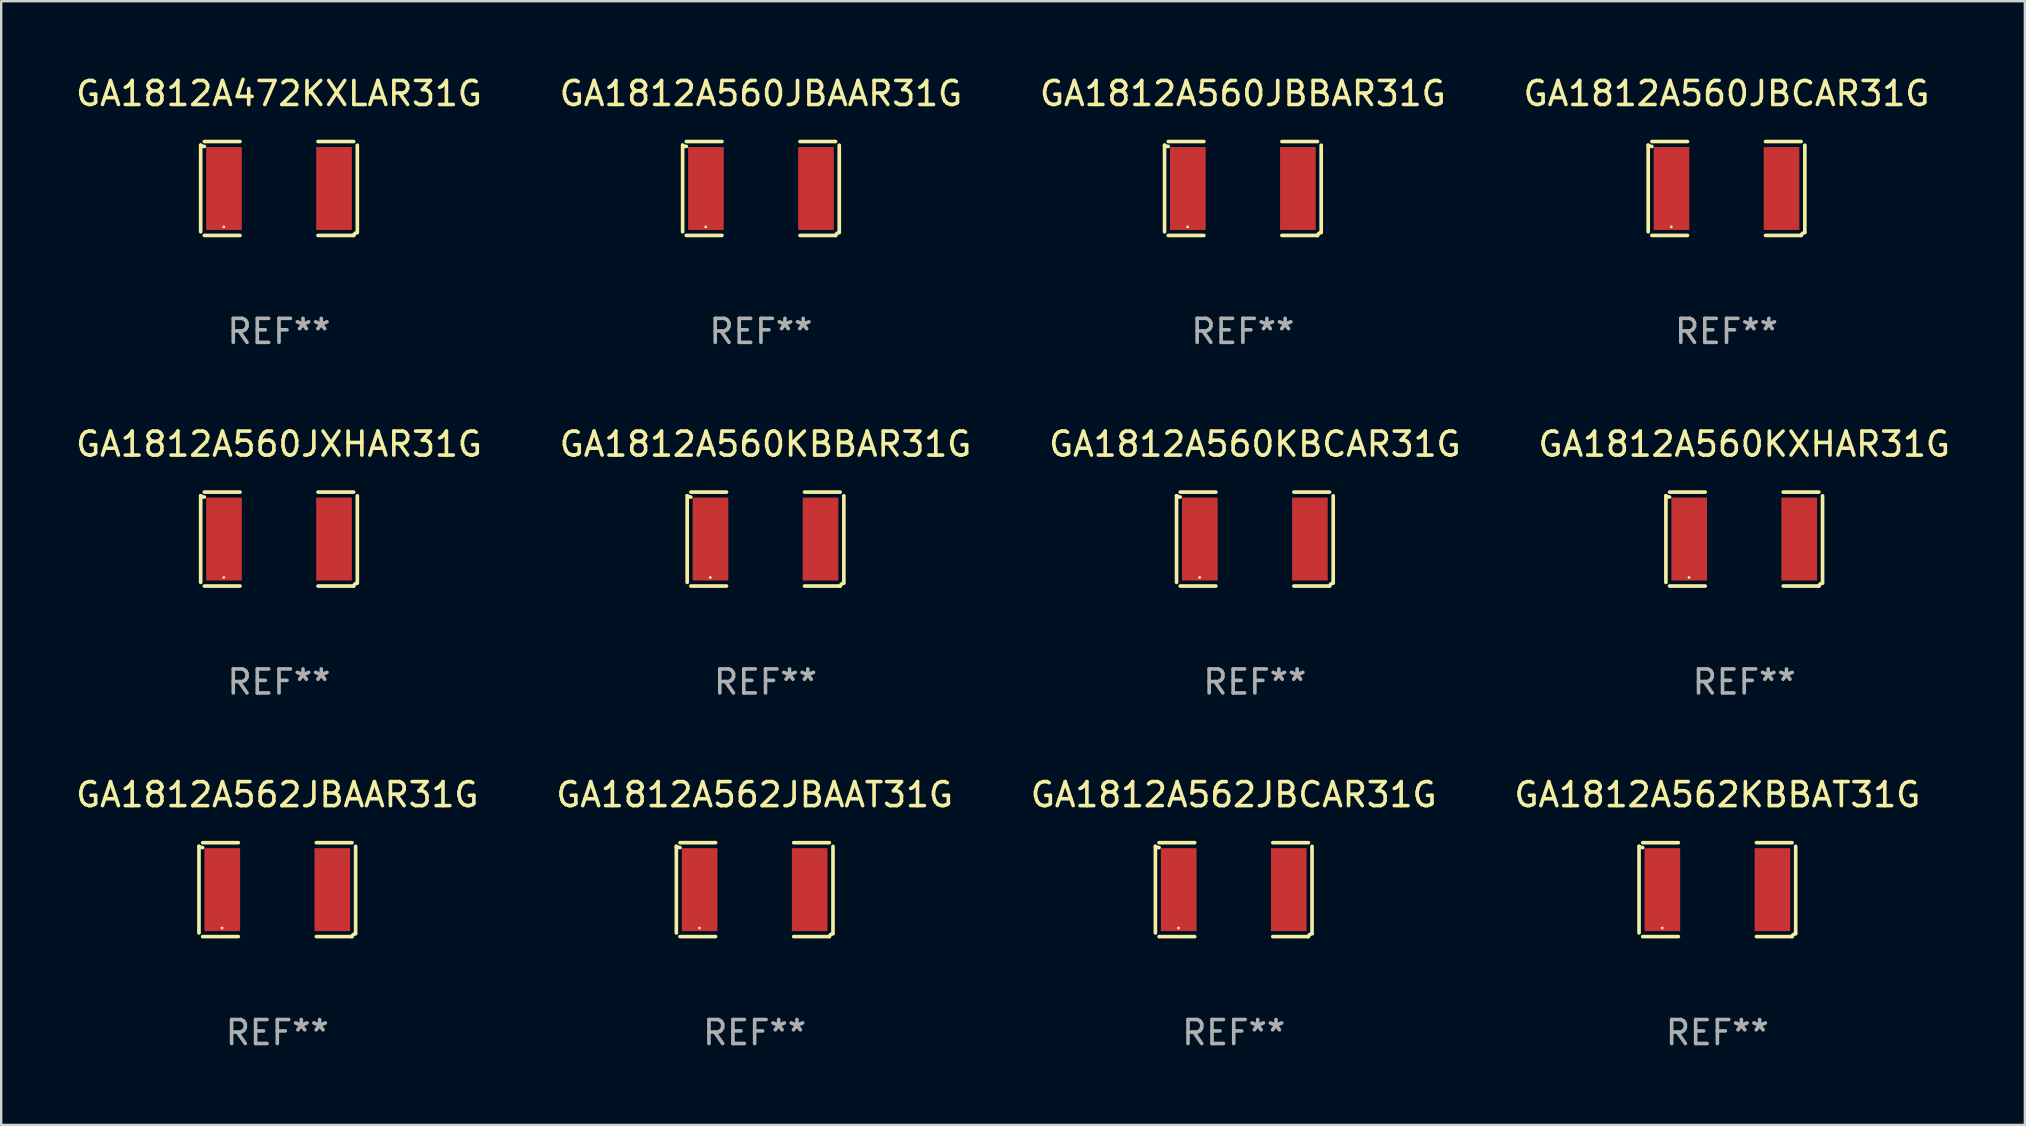
<source format=kicad_pcb>
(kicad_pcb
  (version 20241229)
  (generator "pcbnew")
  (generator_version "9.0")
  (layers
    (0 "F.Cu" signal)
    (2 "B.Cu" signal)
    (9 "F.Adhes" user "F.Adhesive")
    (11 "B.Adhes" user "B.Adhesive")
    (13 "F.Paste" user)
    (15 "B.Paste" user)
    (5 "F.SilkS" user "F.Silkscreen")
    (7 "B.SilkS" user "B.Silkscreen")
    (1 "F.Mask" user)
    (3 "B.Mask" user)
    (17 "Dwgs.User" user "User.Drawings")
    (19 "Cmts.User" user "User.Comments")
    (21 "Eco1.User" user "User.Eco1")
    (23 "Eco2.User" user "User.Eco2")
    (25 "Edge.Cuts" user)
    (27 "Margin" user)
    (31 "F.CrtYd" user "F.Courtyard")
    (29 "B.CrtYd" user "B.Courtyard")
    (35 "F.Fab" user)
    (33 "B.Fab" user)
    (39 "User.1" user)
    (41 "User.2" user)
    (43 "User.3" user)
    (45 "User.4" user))
  (footprint "GA1812A560JBCAR31G"
    (layer "F.Cu")
    (at 68.899 4.805)
    (property "Reference" "GA1812A560JBCAR31G" (at 0 -3.957 0) (layer "F.SilkS") (effects (font (size 1 1) (thickness 0.15))))
    (attr through_hole)
    (fp_line (start -3.264 1.804) (end -3.264 -1.804) (stroke (width 0.152) (type solid)) (layer "F.SilkS"))
    (fp_line (start -3.111 -1.957) (end -1.626 -1.957) (stroke (width 0.152) (type solid)) (layer "F.SilkS"))
    (fp_line (start -1.626 1.957) (end -3.111 1.957) (stroke (width 0.152) (type solid)) (layer "F.SilkS"))
    (fp_line (start 1.626 1.957) (end 3.111 1.957) (stroke (width 0.152) (type solid)) (layer "F.SilkS"))
    (fp_line (start 3.111 -1.957) (end 1.626 -1.957) (stroke (width 0.152) (type solid)) (layer "F.SilkS"))
    (fp_line (start 3.264 1.804) (end 3.264 -1.804) (stroke (width 0.152) (type solid)) (layer "F.SilkS"))
    (fp_arc (start -3.111202 -1.752192) (mid -3.191715 -1.76555) (end -3.263602 -1.804191) (stroke (width 0.1524) (type solid)) (layer "F.SilkS"))
    (fp_arc (start 3.111201 1.956591) (mid 3.167789 1.872777) (end 3.263602 1.840424) (stroke (width 0.1524) (type solid)) (layer "F.SilkS"))
    (fp_circle (center -2.3 1.6) (end -2.27 1.6) (stroke (width 0.06) (type solid)) (fill no) (layer "F.SilkS"))
    (fp_text user "REF**" (at 0 5.957 0) (layer "F.Fab") (effects (font (size 1 1) (thickness 0.15))))
    (pad "1" smd rect (at -2.293 0) (size 1.485 3.456) (layers "F.Cu" "F.Mask" "F.Paste"))
    (pad "2" smd rect (at 2.293 0) (size 1.485 3.456) (layers "F.Cu" "F.Mask" "F.Paste")))
  (footprint "GA1812A560JXHAR31G"
    (layer "F.Cu")
    (at 8.577 19.415)
    (property "Reference" "GA1812A560JXHAR31G" (at 0 -3.957 0) (layer "F.SilkS") (effects (font (size 1 1) (thickness 0.15))))
    (attr through_hole)
    (fp_line (start -3.264 1.804) (end -3.264 -1.804) (stroke (width 0.152) (type solid)) (layer "F.SilkS"))
    (fp_line (start -3.111 -1.957) (end -1.626 -1.957) (stroke (width 0.152) (type solid)) (layer "F.SilkS"))
    (fp_line (start -1.626 1.957) (end -3.111 1.957) (stroke (width 0.152) (type solid)) (layer "F.SilkS"))
    (fp_line (start 1.626 1.957) (end 3.111 1.957) (stroke (width 0.152) (type solid)) (layer "F.SilkS"))
    (fp_line (start 3.111 -1.957) (end 1.626 -1.957) (stroke (width 0.152) (type solid)) (layer "F.SilkS"))
    (fp_line (start 3.264 1.804) (end 3.264 -1.804) (stroke (width 0.152) (type solid)) (layer "F.SilkS"))
    (fp_arc (start -3.111202 -1.752192) (mid -3.191715 -1.76555) (end -3.263602 -1.804191) (stroke (width 0.1524) (type solid)) (layer "F.SilkS"))
    (fp_arc (start 3.111201 1.956591) (mid 3.167789 1.872777) (end 3.263602 1.840424) (stroke (width 0.1524) (type solid)) (layer "F.SilkS"))
    (fp_circle (center -2.3 1.6) (end -2.27 1.6) (stroke (width 0.06) (type solid)) (fill no) (layer "F.SilkS"))
    (fp_text user "REF**" (at 0 5.957 0) (layer "F.Fab") (effects (font (size 1 1) (thickness 0.15))))
    (pad "1" smd rect (at -2.293 0) (size 1.485 3.456) (layers "F.Cu" "F.Mask" "F.Paste"))
    (pad "2" smd rect (at 2.293 0) (size 1.485 3.456) (layers "F.Cu" "F.Mask" "F.Paste")))
  (footprint "GA1812A560KXHAR31G"
    (layer "F.Cu")
    (at 69.637 19.415)
    (property "Reference" "GA1812A560KXHAR31G" (at 0 -3.957 0) (layer "F.SilkS") (effects (font (size 1 1) (thickness 0.15))))
    (attr through_hole)
    (fp_line (start -3.264 1.804) (end -3.264 -1.804) (stroke (width 0.152) (type solid)) (layer "F.SilkS"))
    (fp_line (start -3.111 -1.957) (end -1.626 -1.957) (stroke (width 0.152) (type solid)) (layer "F.SilkS"))
    (fp_line (start -1.626 1.957) (end -3.111 1.957) (stroke (width 0.152) (type solid)) (layer "F.SilkS"))
    (fp_line (start 1.626 1.957) (end 3.111 1.957) (stroke (width 0.152) (type solid)) (layer "F.SilkS"))
    (fp_line (start 3.111 -1.957) (end 1.626 -1.957) (stroke (width 0.152) (type solid)) (layer "F.SilkS"))
    (fp_line (start 3.264 1.804) (end 3.264 -1.804) (stroke (width 0.152) (type solid)) (layer "F.SilkS"))
    (fp_arc (start -3.111202 -1.752192) (mid -3.191715 -1.76555) (end -3.263602 -1.804191) (stroke (width 0.1524) (type solid)) (layer "F.SilkS"))
    (fp_arc (start 3.111201 1.956591) (mid 3.167789 1.872777) (end 3.263602 1.840424) (stroke (width 0.1524) (type solid)) (layer "F.SilkS"))
    (fp_circle (center -2.3 1.6) (end -2.27 1.6) (stroke (width 0.06) (type solid)) (fill no) (layer "F.SilkS"))
    (fp_text user "REF**" (at 0 5.957 0) (layer "F.Fab") (effects (font (size 1 1) (thickness 0.15))))
    (pad "1" smd rect (at -2.293 0) (size 1.485 3.456) (layers "F.Cu" "F.Mask" "F.Paste"))
    (pad "2" smd rect (at 2.293 0) (size 1.485 3.456) (layers "F.Cu" "F.Mask" "F.Paste")))
  (footprint "GA1812A560JBAAR31G"
    (layer "F.Cu")
    (at 28.661 4.805)
    (property "Reference" "GA1812A560JBAAR31G" (at 0 -3.957 0) (layer "F.SilkS") (effects (font (size 1 1) (thickness 0.15))))
    (attr through_hole)
    (fp_line (start -3.264 1.804) (end -3.264 -1.804) (stroke (width 0.152) (type solid)) (layer "F.SilkS"))
    (fp_line (start -3.111 -1.957) (end -1.626 -1.957) (stroke (width 0.152) (type solid)) (layer "F.SilkS"))
    (fp_line (start -1.626 1.957) (end -3.111 1.957) (stroke (width 0.152) (type solid)) (layer "F.SilkS"))
    (fp_line (start 1.626 1.957) (end 3.111 1.957) (stroke (width 0.152) (type solid)) (layer "F.SilkS"))
    (fp_line (start 3.111 -1.957) (end 1.626 -1.957) (stroke (width 0.152) (type solid)) (layer "F.SilkS"))
    (fp_line (start 3.264 1.804) (end 3.264 -1.804) (stroke (width 0.152) (type solid)) (layer "F.SilkS"))
    (fp_arc (start -3.111202 -1.752192) (mid -3.191715 -1.76555) (end -3.263602 -1.804191) (stroke (width 0.1524) (type solid)) (layer "F.SilkS"))
    (fp_arc (start 3.111201 1.956591) (mid 3.167789 1.872777) (end 3.263602 1.840424) (stroke (width 0.1524) (type solid)) (layer "F.SilkS"))
    (fp_circle (center -2.3 1.6) (end -2.27 1.6) (stroke (width 0.06) (type solid)) (fill no) (layer "F.SilkS"))
    (fp_text user "REF**" (at 0 5.957 0) (layer "F.Fab") (effects (font (size 1 1) (thickness 0.15))))
    (pad "1" smd rect (at -2.293 0) (size 1.485 3.456) (layers "F.Cu" "F.Mask" "F.Paste"))
    (pad "2" smd rect (at 2.293 0) (size 1.485 3.456) (layers "F.Cu" "F.Mask" "F.Paste")))
  (footprint "GA1812A562JBAAR31G"
    (layer "F.Cu")
    (at 8.506 34.024)
    (property "Reference" "GA1812A562JBAAR31G" (at 0 -3.957 0) (layer "F.SilkS") (effects (font (size 1 1) (thickness 0.15))))
    (attr through_hole)
    (fp_line (start -3.264 1.804) (end -3.264 -1.804) (stroke (width 0.152) (type solid)) (layer "F.SilkS"))
    (fp_line (start -3.111 -1.957) (end -1.626 -1.957) (stroke (width 0.152) (type solid)) (layer "F.SilkS"))
    (fp_line (start -1.626 1.957) (end -3.111 1.957) (stroke (width 0.152) (type solid)) (layer "F.SilkS"))
    (fp_line (start 1.626 1.957) (end 3.111 1.957) (stroke (width 0.152) (type solid)) (layer "F.SilkS"))
    (fp_line (start 3.111 -1.957) (end 1.626 -1.957) (stroke (width 0.152) (type solid)) (layer "F.SilkS"))
    (fp_line (start 3.264 1.804) (end 3.264 -1.804) (stroke (width 0.152) (type solid)) (layer "F.SilkS"))
    (fp_arc (start -3.111202 -1.752192) (mid -3.191715 -1.76555) (end -3.263602 -1.804191) (stroke (width 0.1524) (type solid)) (layer "F.SilkS"))
    (fp_arc (start 3.111201 1.956591) (mid 3.167789 1.872777) (end 3.263602 1.840424) (stroke (width 0.1524) (type solid)) (layer "F.SilkS"))
    (fp_circle (center -2.3 1.6) (end -2.27 1.6) (stroke (width 0.06) (type solid)) (fill no) (layer "F.SilkS"))
    (fp_text user "REF**" (at 0 5.957 0) (layer "F.Fab") (effects (font (size 1 1) (thickness 0.15))))
    (pad "1" smd rect (at -2.293 0) (size 1.485 3.456) (layers "F.Cu" "F.Mask" "F.Paste"))
    (pad "2" smd rect (at 2.293 0) (size 1.485 3.456) (layers "F.Cu" "F.Mask" "F.Paste")))
  (footprint "GA1812A560JBBAR31G"
    (layer "F.Cu")
    (at 48.744 4.805)
    (property "Reference" "GA1812A560JBBAR31G" (at 0 -3.957 0) (layer "F.SilkS") (effects (font (size 1 1) (thickness 0.15))))
    (attr through_hole)
    (fp_line (start -3.264 1.804) (end -3.264 -1.804) (stroke (width 0.152) (type solid)) (layer "F.SilkS"))
    (fp_line (start -3.111 -1.957) (end -1.626 -1.957) (stroke (width 0.152) (type solid)) (layer "F.SilkS"))
    (fp_line (start -1.626 1.957) (end -3.111 1.957) (stroke (width 0.152) (type solid)) (layer "F.SilkS"))
    (fp_line (start 1.626 1.957) (end 3.111 1.957) (stroke (width 0.152) (type solid)) (layer "F.SilkS"))
    (fp_line (start 3.111 -1.957) (end 1.626 -1.957) (stroke (width 0.152) (type solid)) (layer "F.SilkS"))
    (fp_line (start 3.264 1.804) (end 3.264 -1.804) (stroke (width 0.152) (type solid)) (layer "F.SilkS"))
    (fp_arc (start -3.111202 -1.752192) (mid -3.191715 -1.76555) (end -3.263602 -1.804191) (stroke (width 0.1524) (type solid)) (layer "F.SilkS"))
    (fp_arc (start 3.111201 1.956591) (mid 3.167789 1.872777) (end 3.263602 1.840424) (stroke (width 0.1524) (type solid)) (layer "F.SilkS"))
    (fp_circle (center -2.3 1.6) (end -2.27 1.6) (stroke (width 0.06) (type solid)) (fill no) (layer "F.SilkS"))
    (fp_text user "REF**" (at 0 5.957 0) (layer "F.Fab") (effects (font (size 1 1) (thickness 0.15))))
    (pad "1" smd rect (at -2.293 0) (size 1.485 3.456) (layers "F.Cu" "F.Mask" "F.Paste"))
    (pad "2" smd rect (at 2.293 0) (size 1.485 3.456) (layers "F.Cu" "F.Mask" "F.Paste")))
  (footprint "GA1812A562KBBAT31G"
    (layer "F.Cu")
    (at 68.518 34.024)
    (property "Reference" "GA1812A562KBBAT31G" (at 0 -3.957 0) (layer "F.SilkS") (effects (font (size 1 1) (thickness 0.15))))
    (attr through_hole)
    (fp_line (start -3.264 1.804) (end -3.264 -1.804) (stroke (width 0.152) (type solid)) (layer "F.SilkS"))
    (fp_line (start -3.111 -1.957) (end -1.626 -1.957) (stroke (width 0.152) (type solid)) (layer "F.SilkS"))
    (fp_line (start -1.626 1.957) (end -3.111 1.957) (stroke (width 0.152) (type solid)) (layer "F.SilkS"))
    (fp_line (start 1.626 1.957) (end 3.111 1.957) (stroke (width 0.152) (type solid)) (layer "F.SilkS"))
    (fp_line (start 3.111 -1.957) (end 1.626 -1.957) (stroke (width 0.152) (type solid)) (layer "F.SilkS"))
    (fp_line (start 3.264 1.804) (end 3.264 -1.804) (stroke (width 0.152) (type solid)) (layer "F.SilkS"))
    (fp_arc (start -3.111202 -1.752192) (mid -3.191715 -1.76555) (end -3.263602 -1.804191) (stroke (width 0.1524) (type solid)) (layer "F.SilkS"))
    (fp_arc (start 3.111201 1.956591) (mid 3.167789 1.872777) (end 3.263602 1.840424) (stroke (width 0.1524) (type solid)) (layer "F.SilkS"))
    (fp_circle (center -2.3 1.6) (end -2.27 1.6) (stroke (width 0.06) (type solid)) (fill no) (layer "F.SilkS"))
    (fp_text user "REF**" (at 0 5.957 0) (layer "F.Fab") (effects (font (size 1 1) (thickness 0.15))))
    (pad "1" smd rect (at -2.293 0) (size 1.485 3.456) (layers "F.Cu" "F.Mask" "F.Paste"))
    (pad "2" smd rect (at 2.293 0) (size 1.485 3.456) (layers "F.Cu" "F.Mask" "F.Paste")))
  (footprint "GA1812A560KBCAR31G"
    (layer "F.Cu")
    (at 49.244 19.415)
    (property "Reference" "GA1812A560KBCAR31G" (at 0 -3.957 0) (layer "F.SilkS") (effects (font (size 1 1) (thickness 0.15))))
    (attr through_hole)
    (fp_line (start -3.264 1.804) (end -3.264 -1.804) (stroke (width 0.152) (type solid)) (layer "F.SilkS"))
    (fp_line (start -3.111 -1.957) (end -1.626 -1.957) (stroke (width 0.152) (type solid)) (layer "F.SilkS"))
    (fp_line (start -1.626 1.957) (end -3.111 1.957) (stroke (width 0.152) (type solid)) (layer "F.SilkS"))
    (fp_line (start 1.626 1.957) (end 3.111 1.957) (stroke (width 0.152) (type solid)) (layer "F.SilkS"))
    (fp_line (start 3.111 -1.957) (end 1.626 -1.957) (stroke (width 0.152) (type solid)) (layer "F.SilkS"))
    (fp_line (start 3.264 1.804) (end 3.264 -1.804) (stroke (width 0.152) (type solid)) (layer "F.SilkS"))
    (fp_arc (start -3.111202 -1.752192) (mid -3.191715 -1.76555) (end -3.263602 -1.804191) (stroke (width 0.1524) (type solid)) (layer "F.SilkS"))
    (fp_arc (start 3.111201 1.956591) (mid 3.167789 1.872777) (end 3.263602 1.840424) (stroke (width 0.1524) (type solid)) (layer "F.SilkS"))
    (fp_circle (center -2.3 1.6) (end -2.27 1.6) (stroke (width 0.06) (type solid)) (fill no) (layer "F.SilkS"))
    (fp_text user "REF**" (at 0 5.957 0) (layer "F.Fab") (effects (font (size 1 1) (thickness 0.15))))
    (pad "1" smd rect (at -2.293 0) (size 1.485 3.456) (layers "F.Cu" "F.Mask" "F.Paste"))
    (pad "2" smd rect (at 2.293 0) (size 1.485 3.456) (layers "F.Cu" "F.Mask" "F.Paste")))
  (footprint "GA1812A562JBCAR31G"
    (layer "F.Cu")
    (at 48.363 34.024)
    (property "Reference" "GA1812A562JBCAR31G" (at 0 -3.957 0) (layer "F.SilkS") (effects (font (size 1 1) (thickness 0.15))))
    (attr through_hole)
    (fp_line (start -3.264 1.804) (end -3.264 -1.804) (stroke (width 0.152) (type solid)) (layer "F.SilkS"))
    (fp_line (start -3.111 -1.957) (end -1.626 -1.957) (stroke (width 0.152) (type solid)) (layer "F.SilkS"))
    (fp_line (start -1.626 1.957) (end -3.111 1.957) (stroke (width 0.152) (type solid)) (layer "F.SilkS"))
    (fp_line (start 1.626 1.957) (end 3.111 1.957) (stroke (width 0.152) (type solid)) (layer "F.SilkS"))
    (fp_line (start 3.111 -1.957) (end 1.626 -1.957) (stroke (width 0.152) (type solid)) (layer "F.SilkS"))
    (fp_line (start 3.264 1.804) (end 3.264 -1.804) (stroke (width 0.152) (type solid)) (layer "F.SilkS"))
    (fp_arc (start -3.111202 -1.752192) (mid -3.191715 -1.76555) (end -3.263602 -1.804191) (stroke (width 0.1524) (type solid)) (layer "F.SilkS"))
    (fp_arc (start 3.111201 1.956591) (mid 3.167789 1.872777) (end 3.263602 1.840424) (stroke (width 0.1524) (type solid)) (layer "F.SilkS"))
    (fp_circle (center -2.3 1.6) (end -2.27 1.6) (stroke (width 0.06) (type solid)) (fill no) (layer "F.SilkS"))
    (fp_text user "REF**" (at 0 5.957 0) (layer "F.Fab") (effects (font (size 1 1) (thickness 0.15))))
    (pad "1" smd rect (at -2.293 0) (size 1.485 3.456) (layers "F.Cu" "F.Mask" "F.Paste"))
    (pad "2" smd rect (at 2.293 0) (size 1.485 3.456) (layers "F.Cu" "F.Mask" "F.Paste")))
  (footprint "GA1812A562JBAAT31G"
    (layer "F.Cu")
    (at 28.399 34.024)
    (property "Reference" "GA1812A562JBAAT31G" (at 0 -3.957 0) (layer "F.SilkS") (effects (font (size 1 1) (thickness 0.15))))
    (attr through_hole)
    (fp_line (start -3.264 1.804) (end -3.264 -1.804) (stroke (width 0.152) (type solid)) (layer "F.SilkS"))
    (fp_line (start -3.111 -1.957) (end -1.626 -1.957) (stroke (width 0.152) (type solid)) (layer "F.SilkS"))
    (fp_line (start -1.626 1.957) (end -3.111 1.957) (stroke (width 0.152) (type solid)) (layer "F.SilkS"))
    (fp_line (start 1.626 1.957) (end 3.111 1.957) (stroke (width 0.152) (type solid)) (layer "F.SilkS"))
    (fp_line (start 3.111 -1.957) (end 1.626 -1.957) (stroke (width 0.152) (type solid)) (layer "F.SilkS"))
    (fp_line (start 3.264 1.804) (end 3.264 -1.804) (stroke (width 0.152) (type solid)) (layer "F.SilkS"))
    (fp_arc (start -3.111202 -1.752192) (mid -3.191715 -1.76555) (end -3.263602 -1.804191) (stroke (width 0.1524) (type solid)) (layer "F.SilkS"))
    (fp_arc (start 3.111201 1.956591) (mid 3.167789 1.872777) (end 3.263602 1.840424) (stroke (width 0.1524) (type solid)) (layer "F.SilkS"))
    (fp_circle (center -2.3 1.6) (end -2.27 1.6) (stroke (width 0.06) (type solid)) (fill no) (layer "F.SilkS"))
    (fp_text user "REF**" (at 0 5.957 0) (layer "F.Fab") (effects (font (size 1 1) (thickness 0.15))))
    (pad "1" smd rect (at -2.293 0) (size 1.485 3.456) (layers "F.Cu" "F.Mask" "F.Paste"))
    (pad "2" smd rect (at 2.293 0) (size 1.485 3.456) (layers "F.Cu" "F.Mask" "F.Paste")))
  (footprint "GA1812A472KXLAR31G"
    (layer "F.Cu")
    (at 8.577 4.805)
    (property "Reference" "GA1812A472KXLAR31G" (at 0 -3.957 0) (layer "F.SilkS") (effects (font (size 1 1) (thickness 0.15))))
    (attr through_hole)
    (fp_line (start -3.264 1.804) (end -3.264 -1.804) (stroke (width 0.152) (type solid)) (layer "F.SilkS"))
    (fp_line (start -3.111 -1.957) (end -1.626 -1.957) (stroke (width 0.152) (type solid)) (layer "F.SilkS"))
    (fp_line (start -1.626 1.957) (end -3.111 1.957) (stroke (width 0.152) (type solid)) (layer "F.SilkS"))
    (fp_line (start 1.626 1.957) (end 3.111 1.957) (stroke (width 0.152) (type solid)) (layer "F.SilkS"))
    (fp_line (start 3.111 -1.957) (end 1.626 -1.957) (stroke (width 0.152) (type solid)) (layer "F.SilkS"))
    (fp_line (start 3.264 1.804) (end 3.264 -1.804) (stroke (width 0.152) (type solid)) (layer "F.SilkS"))
    (fp_arc (start -3.111202 -1.752192) (mid -3.191715 -1.76555) (end -3.263602 -1.804191) (stroke (width 0.1524) (type solid)) (layer "F.SilkS"))
    (fp_arc (start 3.111201 1.956591) (mid 3.167789 1.872777) (end 3.263602 1.840424) (stroke (width 0.1524) (type solid)) (layer "F.SilkS"))
    (fp_circle (center -2.3 1.6) (end -2.27 1.6) (stroke (width 0.06) (type solid)) (fill no) (layer "F.SilkS"))
    (fp_text user "REF**" (at 0 5.957 0) (layer "F.Fab") (effects (font (size 1 1) (thickness 0.15))))
    (pad "1" smd rect (at -2.293 0) (size 1.485 3.456) (layers "F.Cu" "F.Mask" "F.Paste"))
    (pad "2" smd rect (at 2.293 0) (size 1.485 3.456) (layers "F.Cu" "F.Mask" "F.Paste")))
  (footprint "GA1812A560KBBAR31G"
    (layer "F.Cu")
    (at 28.851 19.415)
    (property "Reference" "GA1812A560KBBAR31G" (at 0 -3.957 0) (layer "F.SilkS") (effects (font (size 1 1) (thickness 0.15))))
    (attr through_hole)
    (fp_line (start -3.264 1.804) (end -3.264 -1.804) (stroke (width 0.152) (type solid)) (layer "F.SilkS"))
    (fp_line (start -3.111 -1.957) (end -1.626 -1.957) (stroke (width 0.152) (type solid)) (layer "F.SilkS"))
    (fp_line (start -1.626 1.957) (end -3.111 1.957) (stroke (width 0.152) (type solid)) (layer "F.SilkS"))
    (fp_line (start 1.626 1.957) (end 3.111 1.957) (stroke (width 0.152) (type solid)) (layer "F.SilkS"))
    (fp_line (start 3.111 -1.957) (end 1.626 -1.957) (stroke (width 0.152) (type solid)) (layer "F.SilkS"))
    (fp_line (start 3.264 1.804) (end 3.264 -1.804) (stroke (width 0.152) (type solid)) (layer "F.SilkS"))
    (fp_arc (start -3.111202 -1.752192) (mid -3.191715 -1.76555) (end -3.263602 -1.804191) (stroke (width 0.1524) (type solid)) (layer "F.SilkS"))
    (fp_arc (start 3.111201 1.956591) (mid 3.167789 1.872777) (end 3.263602 1.840424) (stroke (width 0.1524) (type solid)) (layer "F.SilkS"))
    (fp_circle (center -2.3 1.6) (end -2.27 1.6) (stroke (width 0.06) (type solid)) (fill no) (layer "F.SilkS"))
    (fp_text user "REF**" (at 0 5.957 0) (layer "F.Fab") (effects (font (size 1 1) (thickness 0.15))))
    (pad "1" smd rect (at -2.293 0) (size 1.485 3.456) (layers "F.Cu" "F.Mask" "F.Paste"))
    (pad "2" smd rect (at 2.293 0) (size 1.485 3.456) (layers "F.Cu" "F.Mask" "F.Paste")))
  (gr_rect
    (start -3 -3)
    (end 81.333 43.829)
    (stroke (width 0.1) (type default))
    (fill no)
    (layer "Edge.Cuts")))
</source>
